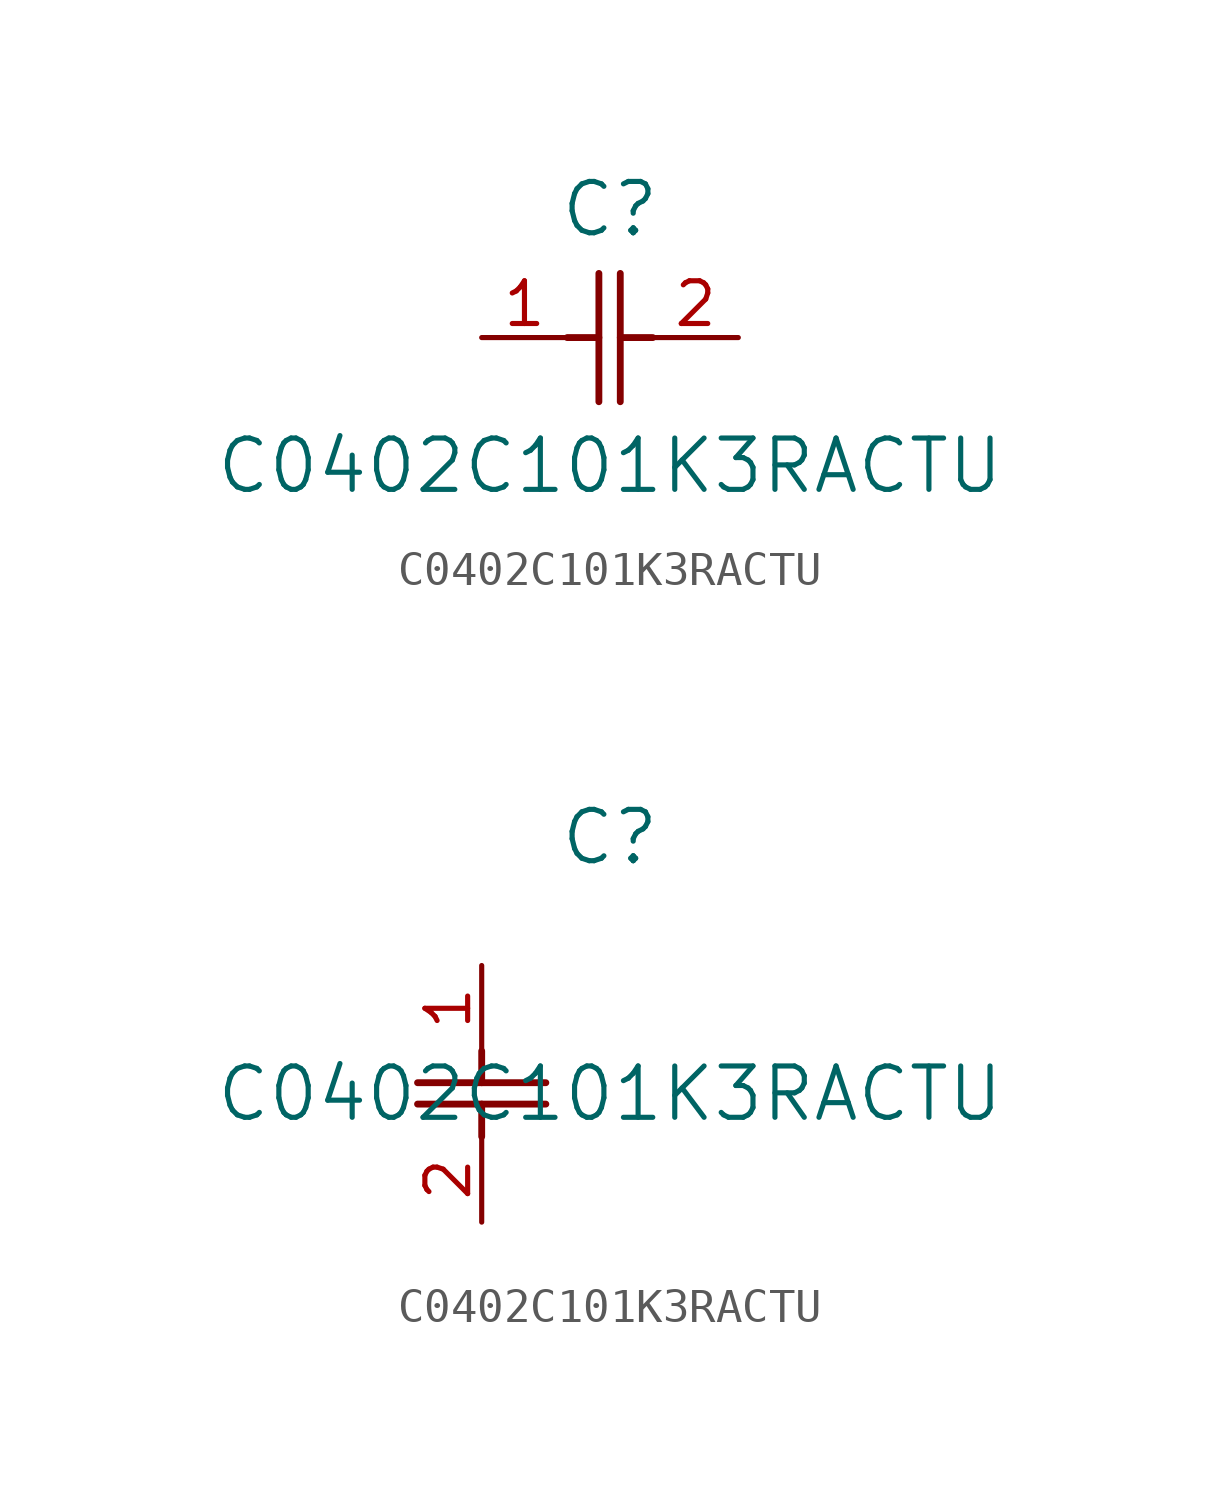
<source format=kicad_sym>
(kicad_symbol_lib
  (version 20211014)
  (generator kicad_symbol_editor)
  (symbol "C0402C101K3RACTU"
    (pin_names
      (offset 0.254))
    (property "Reference" "C"
      (at 3.81 3.81 0)
      (effects (font (size 1.524 1.524))))
    (property "Value" "C0402C101K3RACTU"
      (at 3.81 -3.81 0)
      (effects (font (size 1.524 1.524))))
    (symbol "C0402C101K3RACTU_1_1"
      (polyline (pts (xy 3.48 -1.905) (xy 3.48 1.905)) (stroke (width 0.203) (type default) (color 0 0 0 0)) (fill (type none)))
      (polyline (pts (xy 4.115 -1.905) (xy 4.115 1.905)) (stroke (width 0.203) (type default) (color 0 0 0 0)) (fill (type none)))
      (polyline (pts (xy 4.115 0) (xy 5.08 0)) (stroke (width 0.203) (type default) (color 0 0 0 0)) (fill (type none)))
      (polyline (pts (xy 2.54 0) (xy 3.48 0)) (stroke (width 0.203) (type default) (color 0 0 0 0)) (fill (type none)))
      (pin unspecified line (at 0 0 0) (length 2.54) (name "" (effects (font (size 1.27 1.27)))) (number "1" (effects (font (size 1.27 1.27)))))
      (pin unspecified line (at 7.62 0 180) (length 2.54) (name "" (effects (font (size 1.27 1.27)))) (number "2" (effects (font (size 1.27 1.27))))))
    (symbol "C0402C101K3RACTU_1_2"
      (polyline (pts (xy -1.905 -3.48) (xy 1.905 -3.48)) (stroke (width 0.203) (type default) (color 0 0 0 0)) (fill (type none)))
      (polyline (pts (xy -1.905 -4.115) (xy 1.905 -4.115)) (stroke (width 0.203) (type default) (color 0 0 0 0)) (fill (type none)))
      (polyline (pts (xy 0 -4.115) (xy 0 -5.08)) (stroke (width 0.203) (type default) (color 0 0 0 0)) (fill (type none)))
      (polyline (pts (xy 0 -2.54) (xy 0 -3.48)) (stroke (width 0.203) (type default) (color 0 0 0 0)) (fill (type none)))
      (pin unspecified line (at 0 0 270) (length 2.54) (name "" (effects (font (size 1.27 1.27)))) (number "1" (effects (font (size 1.27 1.27)))))
      (pin unspecified line (at 0 -7.62 90) (length 2.54) (name "" (effects (font (size 1.27 1.27)))) (number "2" (effects (font (size 1.27 1.27))))))))
</source>
